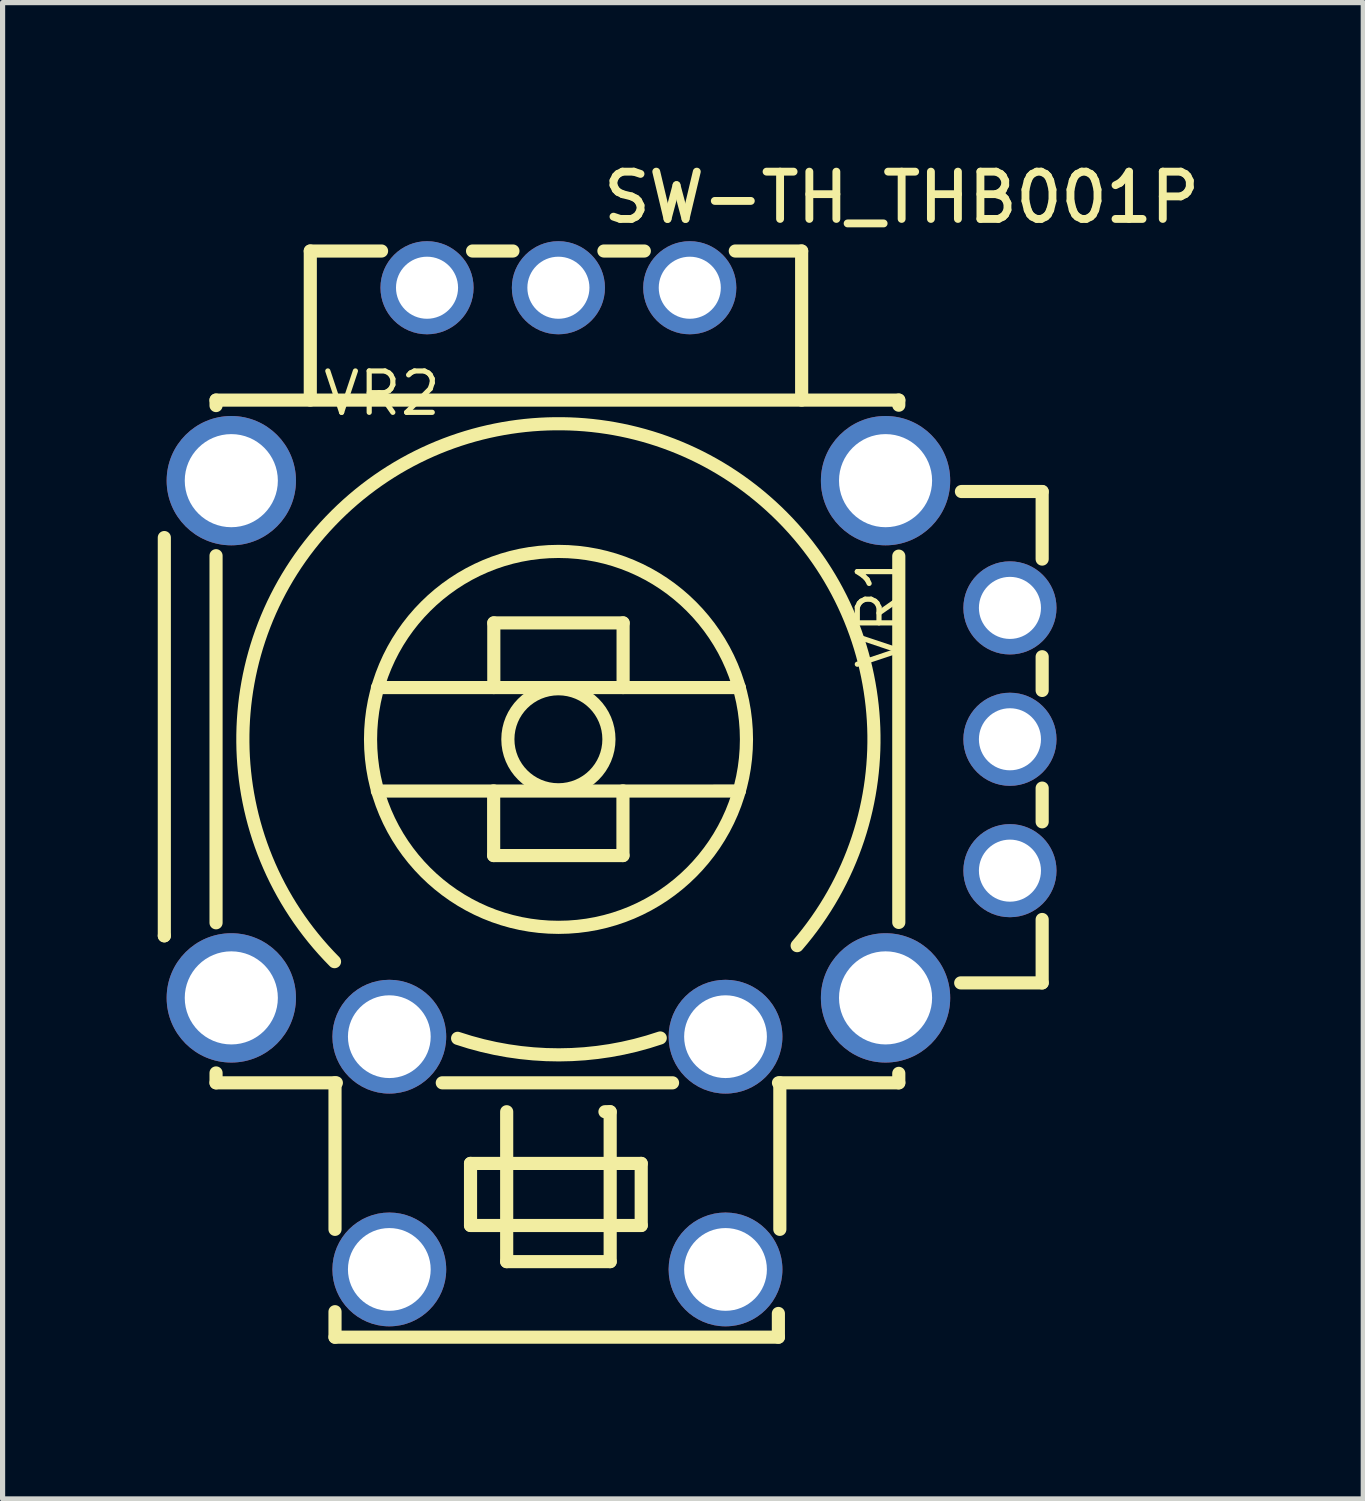
<source format=kicad_pcb>
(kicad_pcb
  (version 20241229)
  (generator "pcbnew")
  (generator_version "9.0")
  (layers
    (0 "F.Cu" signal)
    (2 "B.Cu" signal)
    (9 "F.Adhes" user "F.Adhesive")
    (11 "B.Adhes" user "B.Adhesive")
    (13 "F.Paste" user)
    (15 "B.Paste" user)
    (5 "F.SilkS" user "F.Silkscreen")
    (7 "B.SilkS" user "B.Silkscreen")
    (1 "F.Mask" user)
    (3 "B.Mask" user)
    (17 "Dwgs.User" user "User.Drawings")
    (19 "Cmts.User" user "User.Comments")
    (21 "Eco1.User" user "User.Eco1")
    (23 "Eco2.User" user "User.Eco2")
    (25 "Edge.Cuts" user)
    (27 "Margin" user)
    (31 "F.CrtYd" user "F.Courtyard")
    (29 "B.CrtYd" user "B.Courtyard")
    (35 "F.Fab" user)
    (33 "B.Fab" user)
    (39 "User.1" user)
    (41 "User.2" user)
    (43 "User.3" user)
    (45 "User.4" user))
  (footprint "SW-TH_THB001P"
    (layer "F.Cu")
    (at 8.949 12.003)
    (property "Reference" "SW-TH_THB001P" (at -0.412 -11.77 0) (layer "F.SilkS") (effects (font (size 0.914 0.914) (thickness 0.152)) (justify left top)))
    (fp_line (start -8.822 -4.66) (end -8.822 3.04) (stroke (width 0.254) (type default)) (layer "F.SilkS"))
    (fp_line (start -8.822 3.04) (end -8.822 3.04) (stroke (width 0.254) (type default)) (layer "F.SilkS"))
    (fp_line (start -7.822 -7.318) (end 5.378 -7.318) (stroke (width 0.254) (type default)) (layer "F.SilkS"))
    (fp_line (start -7.822 -7.212) (end -7.822 -7.318) (stroke (width 0.254) (type default)) (layer "F.SilkS"))
    (fp_line (start -7.822 2.788) (end -7.822 -4.309) (stroke (width 0.254) (type default)) (layer "F.SilkS"))
    (fp_line (start -7.822 5.882) (end -7.822 5.691) (stroke (width 0.254) (type default)) (layer "F.SilkS"))
    (fp_line (start -6 -10.2) (end -4.622 -10.2) (stroke (width 0.254) (type default)) (layer "F.SilkS"))
    (fp_line (start -6 -7.318) (end -6 -10.2) (stroke (width 0.254) (type default)) (layer "F.SilkS"))
    (fp_line (start -5.522 8.715) (end -5.522 5.882) (stroke (width 0.254) (type default)) (layer "F.SilkS"))
    (fp_line (start -5.522 10.307) (end -5.522 10.8) (stroke (width 0.254) (type default)) (layer "F.SilkS"))
    (fp_line (start -5.522 10.8) (end 3.05 10.8) (stroke (width 0.254) (type default)) (layer "F.SilkS"))
    (fp_line (start -5.496 5.882) (end -7.822 5.882) (stroke (width 0.254) (type default)) (layer "F.SilkS"))
    (fp_line (start -4.703 0.241) (end 2.297 0.24) (stroke (width 0.254) (type default)) (layer "F.SilkS"))
    (fp_line (start -4.702 -1.76) (end 2.297 -1.76) (stroke (width 0.254) (type default)) (layer "F.SilkS"))
    (fp_line (start -2.902 7.44) (end 0.398 7.44) (stroke (width 0.254) (type default)) (layer "F.SilkS"))
    (fp_line (start -2.902 8.64) (end -2.902 7.44) (stroke (width 0.254) (type default)) (layer "F.SilkS"))
    (fp_line (start -2.863 -10.2) (end -2.082 -10.2) (stroke (width 0.254) (type default)) (layer "F.SilkS"))
    (fp_line (start -2.455 1.488) (end -2.455 0.238) (stroke (width 0.254) (type default)) (layer "F.SilkS"))
    (fp_line (start -2.452 -3.01) (end 0.048 -3.01) (stroke (width 0.254) (type default)) (layer "F.SilkS"))
    (fp_line (start -2.452 -1.76) (end -2.452 -3.01) (stroke (width 0.254) (type default)) (layer "F.SilkS"))
    (fp_line (start -2.203 6.441) (end -2.203 9.339) (stroke (width 0.254) (type default)) (layer "F.SilkS"))
    (fp_line (start -2.203 9.339) (end -0.202 9.339) (stroke (width 0.254) (type default)) (layer "F.SilkS"))
    (fp_line (start -0.323 -10.2) (end 0.458 -10.2) (stroke (width 0.254) (type default)) (layer "F.SilkS"))
    (fp_line (start -0.202 6.441) (end -0.303 6.441) (stroke (width 0.254) (type default)) (layer "F.SilkS"))
    (fp_line (start -0.202 9.339) (end -0.202 6.441) (stroke (width 0.254) (type default)) (layer "F.SilkS"))
    (fp_line (start 0.045 0.238) (end 0.045 1.488) (stroke (width 0.254) (type default)) (layer "F.SilkS"))
    (fp_line (start 0.045 1.488) (end -2.455 1.488) (stroke (width 0.254) (type default)) (layer "F.SilkS"))
    (fp_line (start 0.048 -3.01) (end 0.048 -1.76) (stroke (width 0.254) (type default)) (layer "F.SilkS"))
    (fp_line (start 0.398 7.44) (end 0.398 8.64) (stroke (width 0.254) (type default)) (layer "F.SilkS"))
    (fp_line (start 0.398 8.64) (end -2.902 8.64) (stroke (width 0.254) (type default)) (layer "F.SilkS"))
    (fp_line (start 1.004 5.882) (end -3.448 5.882) (stroke (width 0.254) (type default)) (layer "F.SilkS"))
    (fp_line (start 2.217 -10.2) (end 3.5 -10.2) (stroke (width 0.254) (type default)) (layer "F.SilkS"))
    (fp_line (start 3.05 10.8) (end 3.05 10.341) (stroke (width 0.254) (type default)) (layer "F.SilkS"))
    (fp_line (start 3.078 8.715) (end 3.078 5.882) (stroke (width 0.254) (type default)) (layer "F.SilkS"))
    (fp_line (start 3.5 -10.2) (end 3.5 -7.318) (stroke (width 0.254) (type default)) (layer "F.SilkS"))
    (fp_line (start 5.378 -7.318) (end 5.378 -7.219) (stroke (width 0.254) (type default)) (layer "F.SilkS"))
    (fp_line (start 5.378 -4.301) (end 5.378 2.781) (stroke (width 0.254) (type default)) (layer "F.SilkS"))
    (fp_line (start 5.378 5.699) (end 5.378 5.882) (stroke (width 0.254) (type default)) (layer "F.SilkS"))
    (fp_line (start 5.378 5.882) (end 3.052 5.882) (stroke (width 0.254) (type default)) (layer "F.SilkS"))
    (fp_line (start 6.575 3.95) (end 8.15 3.95) (stroke (width 0.254) (type default)) (layer "F.SilkS"))
    (fp_line (start 8.15 -5.55) (end 6.589 -5.55) (stroke (width 0.254) (type default)) (layer "F.SilkS"))
    (fp_line (start 8.15 -4.244) (end 8.15 -5.55) (stroke (width 0.254) (type default)) (layer "F.SilkS"))
    (fp_line (start 8.15 -1.704) (end 8.15 -2.356) (stroke (width 0.254) (type default)) (layer "F.SilkS"))
    (fp_line (start 8.15 0.836) (end 8.15 0.184) (stroke (width 0.254) (type default)) (layer "F.SilkS"))
    (fp_line (start 8.15 3.95) (end 8.15 2.724) (stroke (width 0.254) (type default)) (layer "F.SilkS"))
    (fp_arc (start -5.5315 3.5393) (mid -1.413777 -6.857304) (end 3.4127 3.2298) (stroke (width 0.254) (type default)) (layer "F.SilkS"))
    (fp_arc (start 0.7661 5.0149) (mid -1.192301 5.341305) (end -3.1518 5.0216) (stroke (width 0.254) (type default)) (layer "F.SilkS"))
    (fp_circle (center -1.203 -0.76) (end -0.226 -0.76) (stroke (width 0.254) (type default)) (fill no) (layer "F.SilkS"))
    (fp_circle (center -1.201 -0.758) (end 2.433 -0.758) (stroke (width 0.254) (type default)) (fill no) (layer "F.SilkS"))
    (fp_circle (center 8.15 10.81) (end 8.18 10.81) (stroke (width 0.06) (type default)) (fill no) (layer "User.5"))
    (fp_text user "VR1" (at 4.543 -2.069 90) (unlocked yes) (layer "F.SilkS") (effects (font (size 0.8 0.8) (thickness 0.1)) (justify left top)))
    (fp_text user "VR2" (at -5.803 -7.914 0) (unlocked yes) (layer "F.SilkS") (effects (font (size 0.8 0.8) (thickness 0.1)) (justify left top)))
    (pad "1" thru_hole oval (at 7.527 1.78) (size 1.8 1.8) (drill 1.2) (layers "*.Cu" "*.Mask"))
    (pad "2" thru_hole oval (at 7.527 -0.76) (size 1.8 1.8) (drill 1.2) (layers "*.Cu" "*.Mask"))
    (pad "3" thru_hole oval (at 7.527 -3.3) (size 1.8 1.8) (drill 1.2) (layers "*.Cu" "*.Mask"))
    (pad "4" thru_hole oval (at 1.337 -9.49) (size 1.8 1.8) (drill 1.2) (layers "*.Cu" "*.Mask"))
    (pad "5" thru_hole oval (at -1.203 -9.49) (size 1.8 1.8) (drill 1.2) (layers "*.Cu" "*.Mask"))
    (pad "6" thru_hole oval (at -3.743 -9.49) (size 1.8 1.8) (drill 1.2) (layers "*.Cu" "*.Mask"))
    (pad "7" thru_hole oval (at -7.527 -5.76) (size 2.5 2.5) (drill 1.8) (layers "*.Cu" "*.Mask"))
    (pad "8" thru_hole oval (at -7.527 4.24) (size 2.5 2.5) (drill 1.8) (layers "*.Cu" "*.Mask"))
    (pad "9" thru_hole oval (at 5.122 4.24) (size 2.5 2.5) (drill 1.8) (layers "*.Cu" "*.Mask"))
    (pad "10" thru_hole oval (at 5.122 -5.76) (size 2.5 2.5) (drill 1.8) (layers "*.Cu" "*.Mask"))
    (pad "a" thru_hole oval (at -4.472 4.99) (size 2.2 2.2) (drill 1.6) (layers "*.Cu" "*.Mask"))
    (pad "b" thru_hole oval (at 2.028 4.99) (size 2.2 2.2) (drill 1.6) (layers "*.Cu" "*.Mask"))
    (pad "c" thru_hole oval (at -4.472 9.49) (size 2.2 2.2) (drill 1.6) (layers "*.Cu" "*.Mask"))
    (pad "d" thru_hole oval (at 2.028 9.49) (size 2.2 2.2) (drill 1.6) (layers "*.Cu" "*.Mask"))
    (zone (net_name "") (layer "Dwgs.User") (hatch edge 0.5) (priority 100) (connect_pads yes) (min_thickness 0) (filled_areas_thickness no) (fill yes) (polygon (pts (xy 6.499 10.253) (xy 6.499 9.003) (xy 8.999 9.003) (xy 8.999 10.253))) (filled_polygon (layer "Dwgs.User") (island) (pts (xy 6.499 10.253) (xy 6.499 9.003) (xy 8.999 9.003) (xy 8.999 10.253))))
    (zone (net_name "") (layer "Dwgs.User") (hatch edge 0.5) (priority 100) (connect_pads yes) (min_thickness 0) (filled_areas_thickness no) (fill yes) (polygon (pts (xy 8.993 12.233) (xy 8.993 13.483) (xy 6.493 13.483) (xy 6.493 12.233))) (filled_polygon (layer "Dwgs.User") (island) (pts (xy 8.993 12.233) (xy 8.993 13.483) (xy 6.493 13.483) (xy 6.493 12.233))))
    (zone (net_name "") (layer "User.3") (hatch edge 0.5) (priority 100) (connect_pads yes) (min_thickness 0) (filled_areas_thickness no) (fill yes) (polygon (pts (xy 0.099 15.673) (xy 1.119 15.673) (xy 1.119 17.773) (xy 3.399 17.773) (xy 3.399 22.813) (xy 11.999 22.813) (xy 11.999 17.783) (xy 14.279 17.783) (xy 14.279 15.953) (xy 16.599 15.955) (xy 17.099 15.455) (xy 17.099 6.955) (xy 16.599 6.455) (xy 14.279 6.453) (xy 14.279 4.623) (xy 12.449 4.623) (xy 12.449 1.803) (xy 2.949 1.803) (xy 2.949 4.623) (xy 1.129 4.623) (xy 1.129 6.733) (xy 0.099 6.733))) (filled_polygon (layer "User.3") (island) (pts (xy 0.099 15.673) (xy 1.119 15.673) (xy 1.119 17.773) (xy 3.399 17.773) (xy 3.399 22.813) (xy 11.999 22.813) (xy 11.999 17.783) (xy 14.279 17.783) (xy 14.279 15.953) (xy 16.599 15.955) (xy 17.099 15.455) (xy 17.099 6.955) (xy 16.599 6.455) (xy 14.279 6.453) (xy 14.279 4.623) (xy 12.449 4.623) (xy 12.449 1.803) (xy 2.949 1.803) (xy 2.949 4.623) (xy 1.129 4.623) (xy 1.129 6.733) (xy 0.099 6.733))))
    (zone (net_name "") (layer "User.4") (hatch edge 0.5) (priority 100) (connect_pads yes) (min_thickness 0) (filled_areas_thickness no) (fill yes) (polygon (pts (xy 1.172 5.743) (xy 1.672 5.743) (xy 1.672 6.743) (xy 1.172 6.743))) (filled_polygon (layer "User.4") (island) (pts (xy 1.172 5.743) (xy 1.672 5.743) (xy 1.672 6.743) (xy 1.172 6.743))))
    (zone (net_name "") (layer "User.4") (hatch edge 0.5) (priority 100) (connect_pads yes) (min_thickness 0) (filled_areas_thickness no) (fill yes) (polygon (pts (xy 1.172 15.743) (xy 1.672 15.743) (xy 1.672 16.743) (xy 1.172 16.743))) (filled_polygon (layer "User.4") (island) (pts (xy 1.172 15.743) (xy 1.672 15.743) (xy 1.672 16.743) (xy 1.172 16.743))))
    (zone (net_name "") (layer "User.4") (hatch edge 0.5) (priority 100) (connect_pads yes) (min_thickness 0) (filled_areas_thickness no) (fill yes) (polygon (pts (xy 3.977 16.743) (xy 4.977 16.743) (xy 4.977 17.243) (xy 3.977 17.243))) (filled_polygon (layer "User.4") (island) (pts (xy 3.977 16.743) (xy 4.977 16.743) (xy 4.977 17.243) (xy 3.977 17.243))))
    (zone (net_name "") (layer "User.4") (hatch edge 0.5) (priority 100) (connect_pads yes) (min_thickness 0) (filled_areas_thickness no) (fill yes) (polygon (pts (xy 3.977 21.243) (xy 4.977 21.243) (xy 4.977 21.743) (xy 3.977 21.743))) (filled_polygon (layer "User.4") (island) (pts (xy 3.977 21.243) (xy 4.977 21.243) (xy 4.977 21.743) (xy 3.977 21.743))))
    (zone (net_name "") (layer "User.4") (hatch edge 0.5) (priority 100) (connect_pads yes) (min_thickness 0) (filled_areas_thickness no) (fill yes) (polygon (pts (xy 4.806 2.313) (xy 5.606 2.313) (xy 5.606 2.713) (xy 4.806 2.713))) (filled_polygon (layer "User.4") (island) (pts (xy 4.806 2.313) (xy 5.606 2.313) (xy 5.606 2.713) (xy 4.806 2.713))))
    (zone (net_name "") (layer "User.4") (hatch edge 0.5) (priority 100) (connect_pads yes) (min_thickness 0) (filled_areas_thickness no) (fill yes) (polygon (pts (xy 7.346 2.313) (xy 8.146 2.313) (xy 8.146 2.713) (xy 7.346 2.713))) (filled_polygon (layer "User.4") (island) (pts (xy 7.346 2.313) (xy 8.146 2.313) (xy 8.146 2.713) (xy 7.346 2.713))))
    (zone (net_name "") (layer "User.4") (hatch edge 0.5) (priority 100) (connect_pads yes) (min_thickness 0) (filled_areas_thickness no) (fill yes) (polygon (pts (xy 9.886 2.313) (xy 10.686 2.313) (xy 10.686 2.713) (xy 9.886 2.713))) (filled_polygon (layer "User.4") (island) (pts (xy 9.886 2.313) (xy 10.686 2.313) (xy 10.686 2.713) (xy 9.886 2.713))))
    (zone (net_name "") (layer "User.4") (hatch edge 0.5) (priority 100) (connect_pads yes) (min_thickness 0) (filled_areas_thickness no) (fill yes) (polygon (pts (xy 10.477 16.743) (xy 11.477 16.743) (xy 11.477 17.243) (xy 10.477 17.243))) (filled_polygon (layer "User.4") (island) (pts (xy 10.477 16.743) (xy 11.477 16.743) (xy 11.477 17.243) (xy 10.477 17.243))))
    (zone (net_name "") (layer "User.4") (hatch edge 0.5) (priority 100) (connect_pads yes) (min_thickness 0) (filled_areas_thickness no) (fill yes) (polygon (pts (xy 10.477 21.243) (xy 11.477 21.243) (xy 11.477 21.743) (xy 10.477 21.743))) (filled_polygon (layer "User.4") (island) (pts (xy 10.477 21.243) (xy 11.477 21.243) (xy 11.477 21.743) (xy 10.477 21.743))))
    (zone (net_name "") (layer "User.4") (hatch edge 0.5) (priority 100) (connect_pads yes) (min_thickness 0) (filled_areas_thickness no) (fill yes) (polygon (pts (xy 13.822 5.743) (xy 14.322 5.743) (xy 14.322 6.743) (xy 13.822 6.743))) (filled_polygon (layer "User.4") (island) (pts (xy 13.822 5.743) (xy 14.322 5.743) (xy 14.322 6.743) (xy 13.822 6.743))))
    (zone (net_name "") (layer "User.4") (hatch edge 0.5) (priority 100) (connect_pads yes) (min_thickness 0) (filled_areas_thickness no) (fill yes) (polygon (pts (xy 13.822 15.743) (xy 14.322 15.743) (xy 14.322 16.743) (xy 13.822 16.743))) (filled_polygon (layer "User.4") (island) (pts (xy 13.822 15.743) (xy 14.322 15.743) (xy 14.322 16.743) (xy 13.822 16.743))))
    (zone (net_name "") (layer "User.4") (hatch edge 0.5) (priority 100) (connect_pads yes) (min_thickness 0) (filled_areas_thickness no) (fill yes) (polygon (pts (xy 16.276 8.303) (xy 16.676 8.303) (xy 16.676 9.103) (xy 16.276 9.103))) (filled_polygon (layer "User.4") (island) (pts (xy 16.276 8.303) (xy 16.676 8.303) (xy 16.676 9.103) (xy 16.276 9.103))))
    (zone (net_name "") (layer "User.4") (hatch edge 0.5) (priority 100) (connect_pads yes) (min_thickness 0) (filled_areas_thickness no) (fill yes) (polygon (pts (xy 16.276 10.843) (xy 16.676 10.843) (xy 16.676 11.643) (xy 16.276 11.643))) (filled_polygon (layer "User.4") (island) (pts (xy 16.276 10.843) (xy 16.676 10.843) (xy 16.676 11.643) (xy 16.276 11.643))))
    (zone (net_name "") (layer "User.4") (hatch edge 0.5) (priority 100) (connect_pads yes) (min_thickness 0) (filled_areas_thickness no) (fill yes) (polygon (pts (xy 16.276 13.383) (xy 16.676 13.383) (xy 16.676 14.183) (xy 16.276 14.183))) (filled_polygon (layer "User.4") (island) (pts (xy 16.276 13.383) (xy 16.676 13.383) (xy 16.676 14.183) (xy 16.276 14.183)))))
  (gr_rect
    (start -3 -3)
    (end 23.307 25.93)
    (stroke (width 0.1) (type default))
    (fill no)
    (layer "Edge.Cuts")))
</source>
